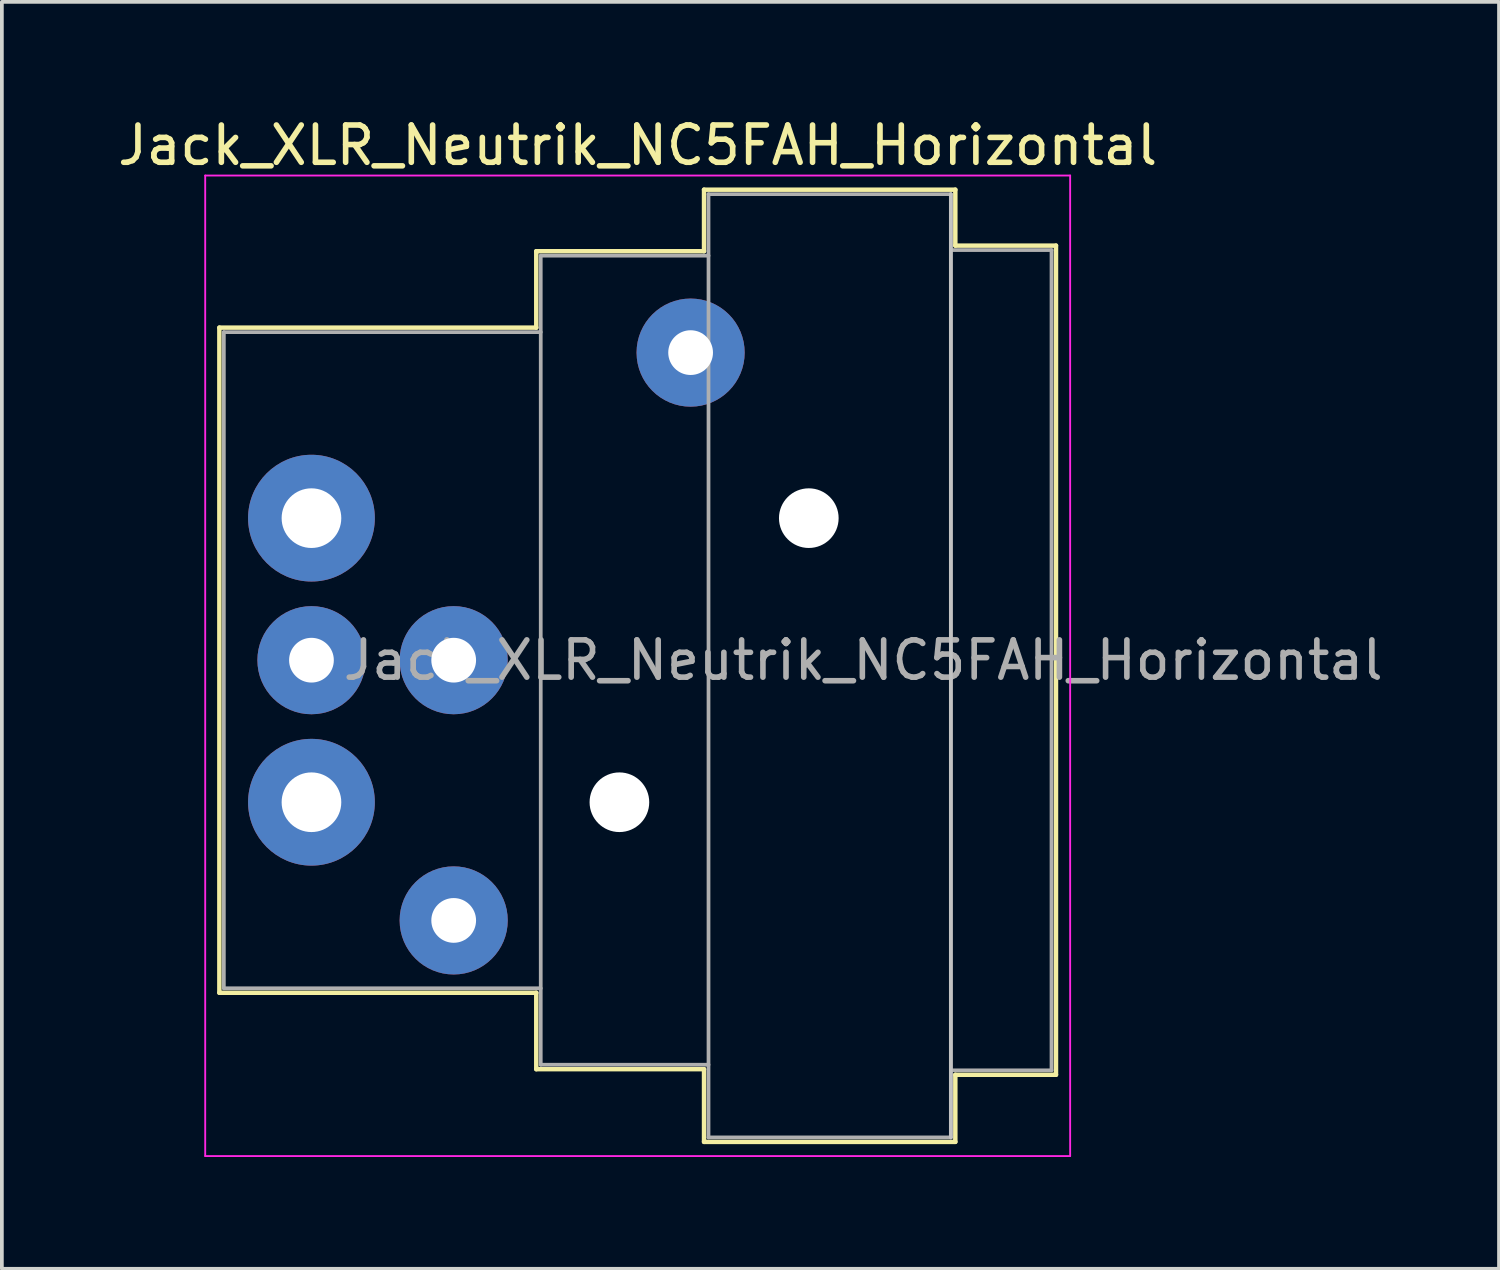
<source format=kicad_pcb>
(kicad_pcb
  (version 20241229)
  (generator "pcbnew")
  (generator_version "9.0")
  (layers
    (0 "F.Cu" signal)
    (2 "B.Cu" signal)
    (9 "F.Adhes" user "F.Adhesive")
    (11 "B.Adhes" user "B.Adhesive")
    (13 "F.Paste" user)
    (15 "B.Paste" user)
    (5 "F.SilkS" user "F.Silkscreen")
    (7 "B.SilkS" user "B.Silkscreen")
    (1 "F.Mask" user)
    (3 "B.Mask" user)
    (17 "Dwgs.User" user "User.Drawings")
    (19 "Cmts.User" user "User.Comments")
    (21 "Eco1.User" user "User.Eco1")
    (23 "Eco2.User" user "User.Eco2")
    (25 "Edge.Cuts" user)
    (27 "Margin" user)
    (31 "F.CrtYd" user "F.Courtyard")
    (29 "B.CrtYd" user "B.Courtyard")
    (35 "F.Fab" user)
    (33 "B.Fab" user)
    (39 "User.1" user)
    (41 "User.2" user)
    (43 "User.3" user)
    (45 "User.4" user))
  (footprint "Jack_XLR_Neutrik_NC5FAH_Horizontal"
    (layer "F.Cu")
    (at 5.304 10.848)
    (property "Reference" "Jack_XLR_Neutrik_NC5FAH_Horizontal" (at 8.75 -10 0) (layer "F.SilkS") (effects (font (size 1 1) (thickness 0.15))))
    (attr through_hole)
    (fp_line (start -2.47 -5.11) (end -2.47 12.73) (stroke (width 0.12) (type solid)) (layer "F.SilkS"))
    (fp_line (start 6.03 -5.11) (end -2.47 -5.11) (stroke (width 0.12) (type solid)) (layer "F.SilkS"))
    (fp_line (start 6.03 -5.11) (end 6.03 -7.16) (stroke (width 0.12) (type solid)) (layer "F.SilkS"))
    (fp_line (start 6.03 12.73) (end -2.47 12.73) (stroke (width 0.12) (type solid)) (layer "F.SilkS"))
    (fp_line (start 6.03 12.73) (end 6.03 14.78) (stroke (width 0.12) (type solid)) (layer "F.SilkS"))
    (fp_line (start 10.53 -7.16) (end 6.03 -7.16) (stroke (width 0.12) (type solid)) (layer "F.SilkS"))
    (fp_line (start 10.53 -7.16) (end 10.53 -8.81) (stroke (width 0.12) (type solid)) (layer "F.SilkS"))
    (fp_line (start 10.53 14.78) (end 6.03 14.78) (stroke (width 0.12) (type solid)) (layer "F.SilkS"))
    (fp_line (start 10.53 16.73) (end 10.53 14.78) (stroke (width 0.12) (type solid)) (layer "F.SilkS"))
    (fp_line (start 17.27 -8.81) (end 10.53 -8.81) (stroke (width 0.12) (type solid)) (layer "F.SilkS"))
    (fp_line (start 17.27 -8.81) (end 17.27 -7.31) (stroke (width 0.12) (type solid)) (layer "F.SilkS"))
    (fp_line (start 17.27 -7.31) (end 19.97 -7.31) (stroke (width 0.12) (type solid)) (layer "F.SilkS"))
    (fp_line (start 17.27 14.93) (end 17.27 16.73) (stroke (width 0.12) (type solid)) (layer "F.SilkS"))
    (fp_line (start 17.27 14.93) (end 19.97 14.93) (stroke (width 0.12) (type solid)) (layer "F.SilkS"))
    (fp_line (start 17.27 16.73) (end 10.53 16.73) (stroke (width 0.12) (type solid)) (layer "F.SilkS"))
    (fp_line (start 19.97 -7.31) (end 19.97 14.93) (stroke (width 0.12) (type solid)) (layer "F.SilkS"))
    (fp_line (start 17.15 -8.69) (end 17.15 16.61) (stroke (width 0.1) (type solid)) (layer "Dwgs.User"))
    (fp_line (start -2.85 -9.19) (end -2.85 17.11) (stroke (width 0.05) (type solid)) (layer "F.CrtYd"))
    (fp_line (start 20.35 -9.19) (end -2.85 -9.19) (stroke (width 0.05) (type solid)) (layer "F.CrtYd"))
    (fp_line (start 20.35 -9.19) (end 20.35 17.11) (stroke (width 0.05) (type solid)) (layer "F.CrtYd"))
    (fp_line (start 20.35 17.11) (end -2.85 17.11) (stroke (width 0.05) (type solid)) (layer "F.CrtYd"))
    (fp_line (start -2.35 -4.99) (end -2.35 12.61) (stroke (width 0.1) (type solid)) (layer "F.Fab"))
    (fp_line (start 6.15 -4.99) (end -2.35 -4.99) (stroke (width 0.1) (type solid)) (layer "F.Fab"))
    (fp_line (start 6.15 12.61) (end -2.35 12.61) (stroke (width 0.1) (type solid)) (layer "F.Fab"))
    (fp_line (start 6.15 14.66) (end 6.15 -7.04) (stroke (width 0.1) (type solid)) (layer "F.Fab"))
    (fp_line (start 6.15 14.66) (end 10.65 14.66) (stroke (width 0.1) (type solid)) (layer "F.Fab"))
    (fp_line (start 10.65 -8.69) (end 17.15 -8.69) (stroke (width 0.1) (type solid)) (layer "F.Fab"))
    (fp_line (start 10.65 -7.04) (end 6.15 -7.04) (stroke (width 0.1) (type solid)) (layer "F.Fab"))
    (fp_line (start 10.65 16.61) (end 10.65 -8.69) (stroke (width 0.1) (type solid)) (layer "F.Fab"))
    (fp_line (start 17.15 -8.69) (end 17.15 16.61) (stroke (width 0.1) (type solid)) (layer "F.Fab"))
    (fp_line (start 17.15 -7.19) (end 19.85 -7.19) (stroke (width 0.1) (type solid)) (layer "F.Fab"))
    (fp_line (start 17.15 16.61) (end 10.65 16.61) (stroke (width 0.1) (type solid)) (layer "F.Fab"))
    (fp_line (start 19.85 -7.19) (end 19.85 14.81) (stroke (width 0.1) (type solid)) (layer "F.Fab"))
    (fp_line (start 19.85 14.81) (end 17.15 14.81) (stroke (width 0.1) (type solid)) (layer "F.Fab"))
    (fp_text user "${REFERENCE}" (at 14.8 3.81 0) (layer "F.Fab") (effects (font (size 1 1) (thickness 0.15))))
    (pad "" np_thru_hole circle (at 8.26 7.62) (size 1.6 1.6) (drill 1.6) (layers "*.Cu" "*.Mask"))
    (pad "" np_thru_hole circle (at 13.34 0) (size 1.6 1.6) (drill 1.6) (layers "*.Cu" "*.Mask"))
    (pad "1" thru_hole circle (at 0 0) (size 3.4 3.4) (drill 1.6) (layers "*.Cu" "*.Mask"))
    (pad "2" thru_hole circle (at 3.815 3.81) (size 2.9 2.9) (drill 1.2) (layers "*.Cu" "*.Mask"))
    (pad "3" thru_hole circle (at 0 3.81) (size 2.9 2.9) (drill 1.2) (layers "*.Cu" "*.Mask"))
    (pad "4" thru_hole circle (at 3.815 10.79) (size 2.9 2.9) (drill 1.2) (layers "*.Cu" "*.Mask"))
    (pad "5" thru_hole circle (at 0 7.62) (size 3.4 3.4) (drill 1.6) (layers "*.Cu" "*.Mask"))
    (pad "G" thru_hole circle (at 10.17 -4.44) (size 2.9 2.9) (drill 1.2) (layers "*.Cu" "*.Mask")))
  (gr_rect
    (start -3 -3)
    (end 37.157 30.983)
    (stroke (width 0.1) (type default))
    (fill no)
    (layer "Edge.Cuts")))
</source>
